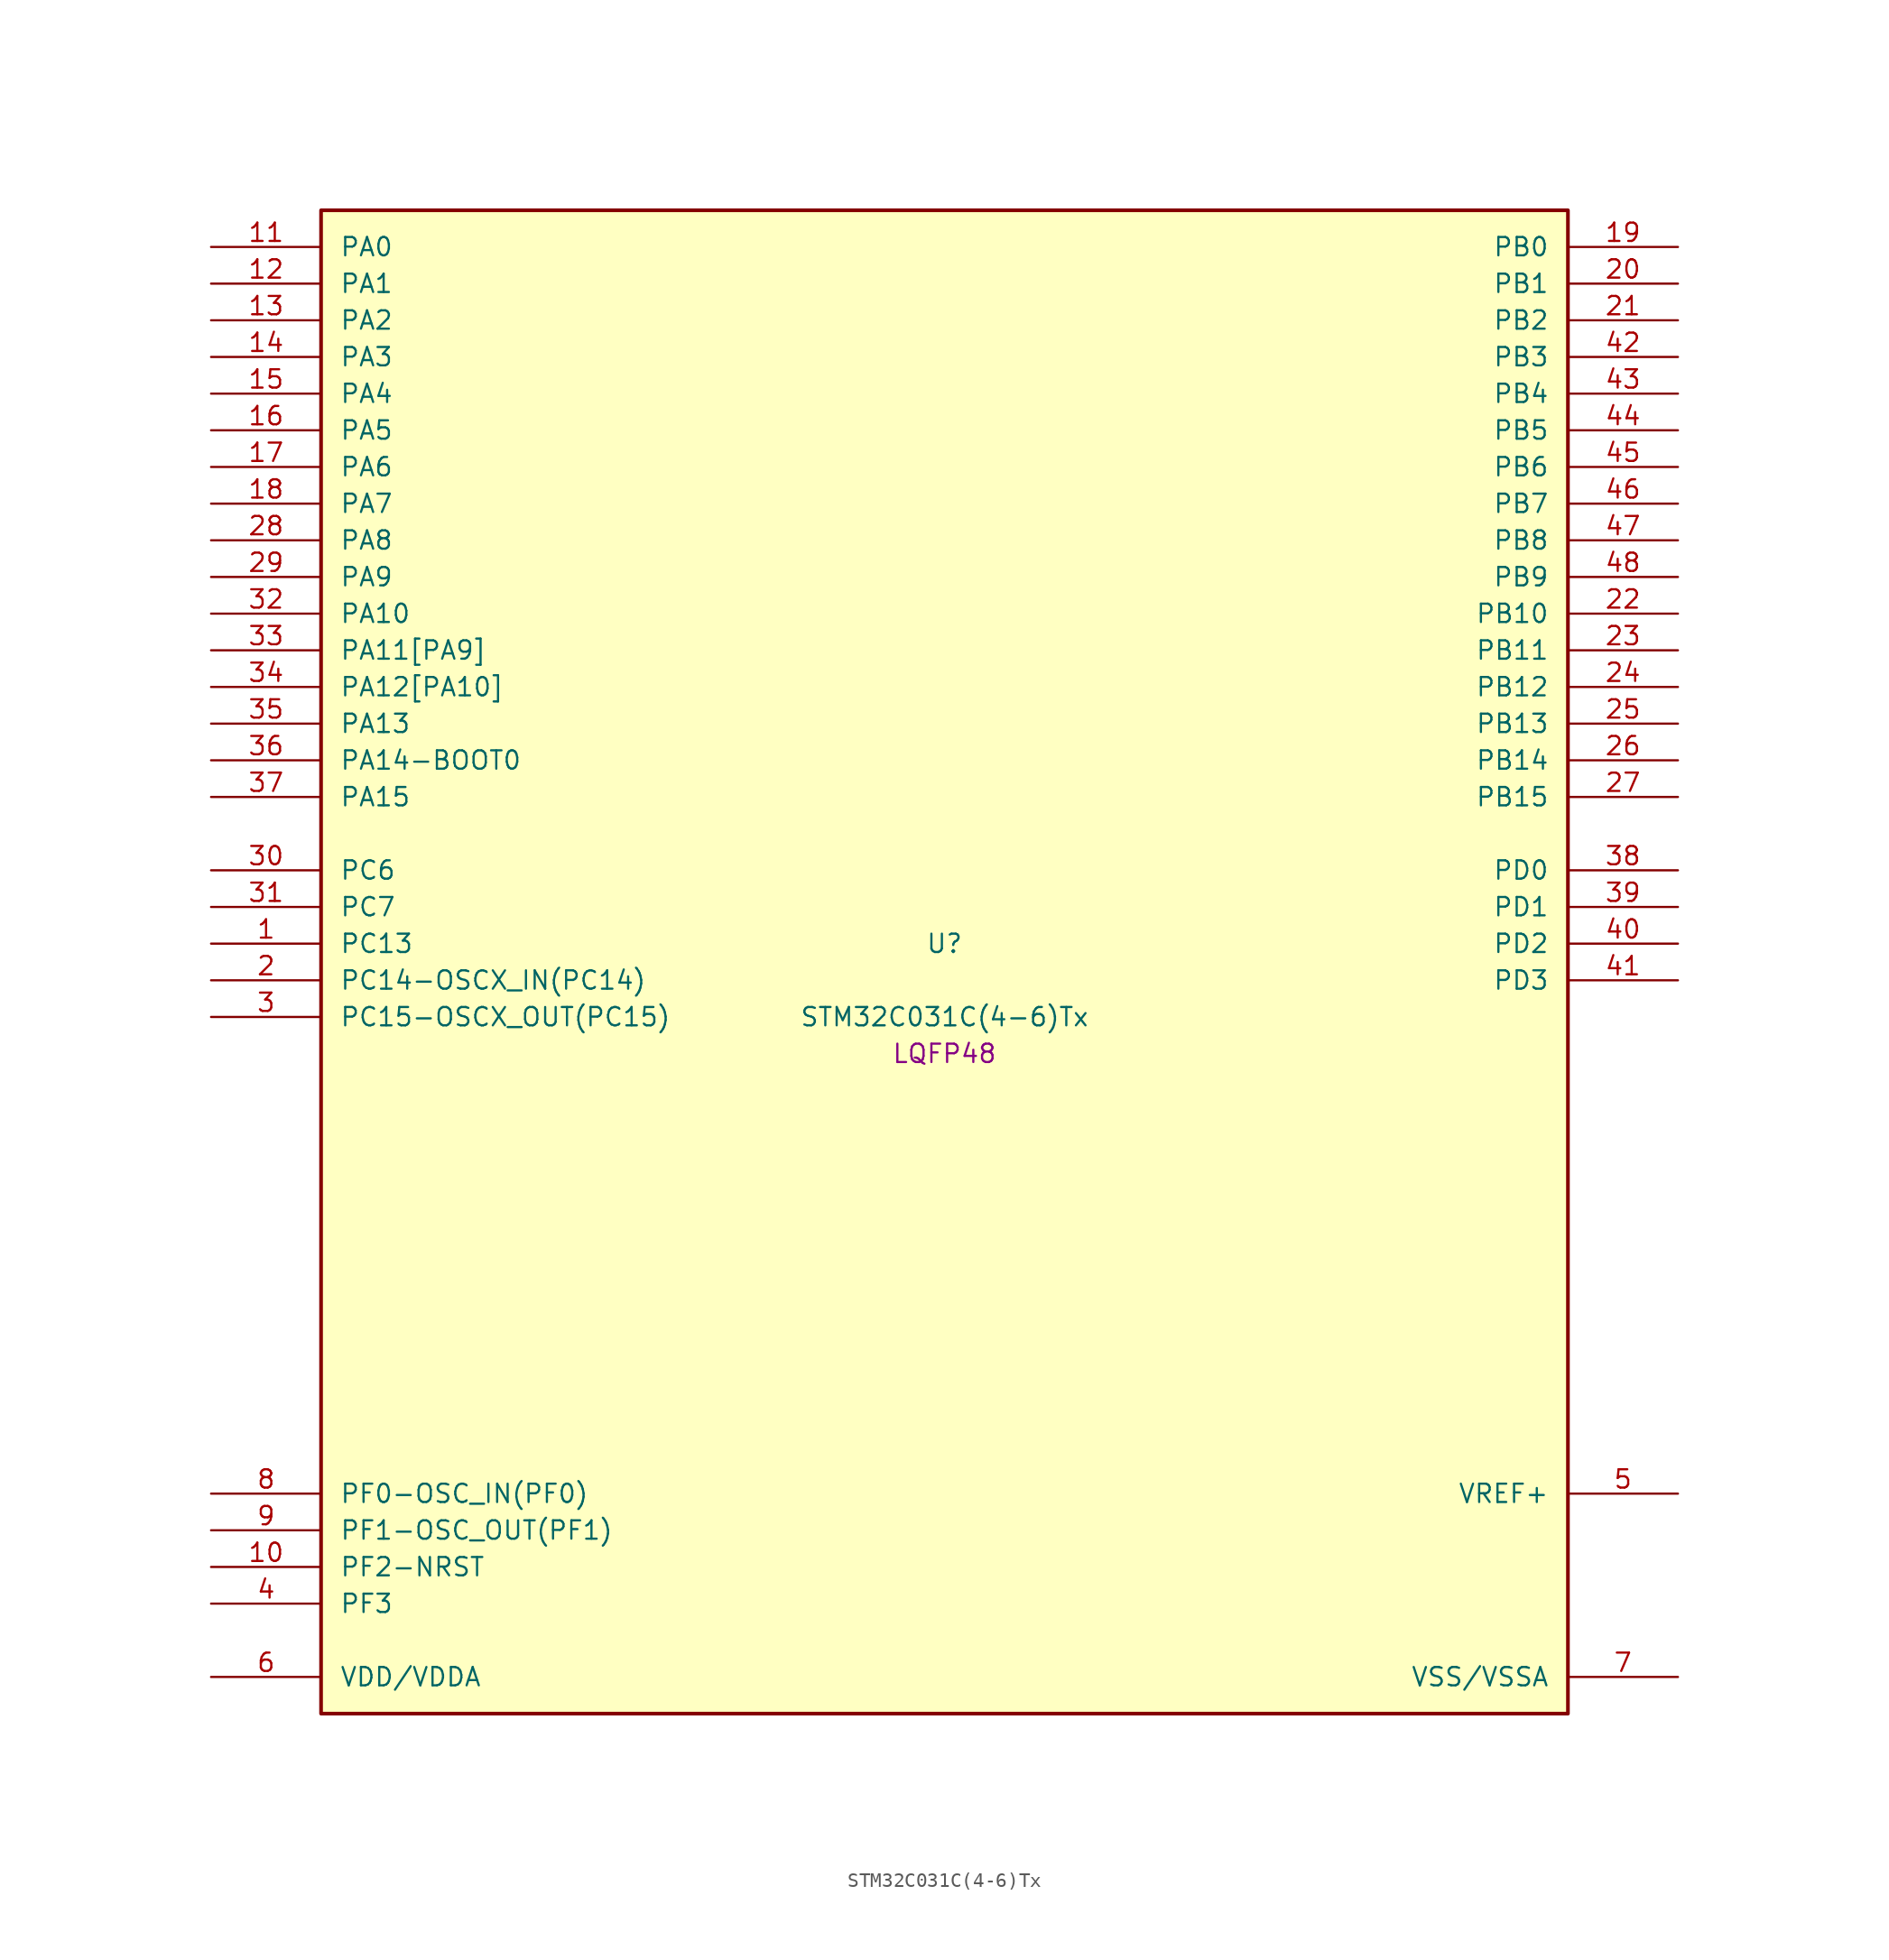
<source format=kicad_sym>
(kicad_symbol_lib
  (version 20241209)
  (generator "stm32_pkl_generator")
  (generator_version "1.0")
  (symbol "STM32C031C(4-6)Tx"
    (pin_names
      (offset 1.27))
    (property "Reference" "U"
      (at 0 2.54 0))
    (property "Value" "STM32C031C(4-6)Tx"
      (at 0 -2.54 0))
    (property "Footprint" "LQFP48"
      (at 0 -5.08 0))
    (symbol "STM32C031C(4-6)Tx_1_1"
      (rectangle (start -43.18 53.34) (end 43.18 -50.8) (stroke (width 0.254) (type solid)) (fill (type background)))
      (pin bidirectional line (at -50.8 50.8 0) (length 7.62) (name "PA0") (number "11") (alternate "PA0/ADC1_IN0" bidirectional line) (alternate "PA0/PWR_WKUP1" bidirectional line) (alternate "PA0/TIM16_CH1" bidirectional line) (alternate "PA0/TIM1_CH1" bidirectional line) (alternate "PA0/USART1_TX" bidirectional line) (alternate "PA0/USART2_CTS" bidirectional line) (alternate "PA0/USART2_NSS" bidirectional line))
      (pin bidirectional line (at -50.8 48.26 0) (length 7.62) (name "PA1") (number "12") (alternate "PA1/ADC1_IN1" bidirectional line) (alternate "PA1/I2C1_SMBA" bidirectional line) (alternate "PA1/I2S1_CK" bidirectional line) (alternate "PA1/SPI1_SCK" bidirectional line) (alternate "PA1/TIM17_CH1" bidirectional line) (alternate "PA1/TIM1_CH2" bidirectional line) (alternate "PA1/USART1_RX" bidirectional line) (alternate "PA1/USART2_CK" bidirectional line) (alternate "PA1/USART2_DE" bidirectional line) (alternate "PA1/USART2_RTS" bidirectional line))
      (pin bidirectional line (at -50.8 45.72 0) (length 7.62) (name "PA2") (number "13") (alternate "PA2/ADC1_IN2" bidirectional line) (alternate "PA2/I2S1_SD" bidirectional line) (alternate "PA2/PWR_WKUP4" bidirectional line) (alternate "PA2/RCC_LSCO" bidirectional line) (alternate "PA2/SPI1_MOSI" bidirectional line) (alternate "PA2/TIM16_CH1N" bidirectional line) (alternate "PA2/TIM1_CH3" bidirectional line) (alternate "PA2/TIM3_ETR" bidirectional line) (alternate "PA2/USART2_TX" bidirectional line))
      (pin bidirectional line (at -50.8 43.18 0) (length 7.62) (name "PA3") (number "14") (alternate "PA3/ADC1_IN3" bidirectional line) (alternate "PA3/TIM1_CH1N" bidirectional line) (alternate "PA3/TIM1_CH4" bidirectional line) (alternate "PA3/USART2_RX" bidirectional line))
      (pin bidirectional line (at -50.8 40.64 0) (length 7.62) (name "PA4") (number "15") (alternate "PA4/ADC1_IN4" bidirectional line) (alternate "PA4/I2S1_WS" bidirectional line) (alternate "PA4/RTC_OUT2" bidirectional line) (alternate "PA4/SPI1_NSS" bidirectional line) (alternate "PA4/TIM14_CH1" bidirectional line) (alternate "PA4/TIM17_CH1N" bidirectional line) (alternate "PA4/TIM1_CH2N" bidirectional line) (alternate "PA4/USART2_TX" bidirectional line))
      (pin bidirectional line (at -50.8 38.1 0) (length 7.62) (name "PA5") (number "16") (alternate "PA5/ADC1_IN5" bidirectional line) (alternate "PA5/I2S1_CK" bidirectional line) (alternate "PA5/SPI1_SCK" bidirectional line) (alternate "PA5/TIM1_CH1" bidirectional line) (alternate "PA5/TIM1_CH3N" bidirectional line) (alternate "PA5/USART2_RX" bidirectional line))
      (pin bidirectional line (at -50.8 35.56 0) (length 7.62) (name "PA6") (number "17") (alternate "PA6/ADC1_IN6" bidirectional line) (alternate "PA6/I2S1_MCK" bidirectional line) (alternate "PA6/SPI1_MISO" bidirectional line) (alternate "PA6/TIM16_CH1" bidirectional line) (alternate "PA6/TIM1_BKIN" bidirectional line) (alternate "PA6/TIM3_CH1" bidirectional line))
      (pin bidirectional line (at -50.8 33.02 0) (length 7.62) (name "PA7") (number "18") (alternate "PA7/ADC1_IN7" bidirectional line) (alternate "PA7/I2S1_SD" bidirectional line) (alternate "PA7/SPI1_MOSI" bidirectional line) (alternate "PA7/TIM14_CH1" bidirectional line) (alternate "PA7/TIM17_CH1" bidirectional line) (alternate "PA7/TIM1_CH1N" bidirectional line) (alternate "PA7/TIM3_CH2" bidirectional line))
      (pin bidirectional line (at -50.8 30.48 0) (length 7.62) (name "PA8") (number "28") (alternate "PA8/ADC1_IN8" bidirectional line) (alternate "PA8/I2S1_WS" bidirectional line) (alternate "PA8/RCC_MCO" bidirectional line) (alternate "PA8/RCC_MCO_2" bidirectional line) (alternate "PA8/SPI1_NSS" bidirectional line) (alternate "PA8/TIM14_CH1" bidirectional line) (alternate "PA8/TIM1_CH1" bidirectional line) (alternate "PA8/TIM1_CH2N" bidirectional line) (alternate "PA8/TIM1_CH3N" bidirectional line) (alternate "PA8/TIM3_CH3" bidirectional line) (alternate "PA8/TIM3_CH4" bidirectional line) (alternate "PA8/USART1_RX" bidirectional line) (alternate "PA8/USART2_TX" bidirectional line))
      (pin bidirectional line (at -50.8 27.94 0) (length 7.62) (name "PA9") (number "29") (alternate "PA9/I2C1_SCL" bidirectional line) (alternate "PA9/RCC_MCO" bidirectional line) (alternate "PA9/TIM1_CH2" bidirectional line) (alternate "PA9/TIM3_ETR" bidirectional line) (alternate "PA9/USART1_TX" bidirectional line) (alternate "PA9/NC" bidirectional line))
      (pin bidirectional line (at -50.8 25.4 0) (length 7.62) (name "PA10") (number "32") (alternate "PA10/I2C1_SDA" bidirectional line) (alternate "PA10/RCC_MCO_2" bidirectional line) (alternate "PA10/TIM17_BKIN" bidirectional line) (alternate "PA10/TIM1_CH3" bidirectional line) (alternate "PA10/USART1_RX" bidirectional line) (alternate "PA10/NC" bidirectional line))
      (pin bidirectional line (at -50.8 22.86 0) (length 7.62) (name "PA11[PA9]") (number "33") (alternate "PA11[PA9]/ADC1_EXTI11" bidirectional line) (alternate "PA11[PA9]/ADC1_IN11" bidirectional line) (alternate "PA11[PA9]/I2S1_MCK" bidirectional line) (alternate "PA11[PA9]/SPI1_MISO" bidirectional line) (alternate "PA11[PA9]/TIM1_BKIN2" bidirectional line) (alternate "PA11[PA9]/TIM1_CH4" bidirectional line) (alternate "PA11[PA9]/USART1_CTS" bidirectional line) (alternate "PA11[PA9]/USART1_NSS" bidirectional line) (alternate "PA11[PA9]/PA9[PA11]" bidirectional line) (alternate "PA11[PA9]/I2C1_SCL" bidirectional line) (alternate "PA11[PA9]/RCC_MCO" bidirectional line) (alternate "PA11[PA9]/TIM1_CH2" bidirectional line) (alternate "PA11[PA9]/TIM3_ETR" bidirectional line) (alternate "PA11[PA9]/USART1_TX" bidirectional line))
      (pin bidirectional line (at -50.8 20.32 0) (length 7.62) (name "PA12[PA10]") (number "34") (alternate "PA12[PA10]/ADC1_IN12" bidirectional line) (alternate "PA12[PA10]/I2S1_SD" bidirectional line) (alternate "PA12[PA10]/I2S_CKIN" bidirectional line) (alternate "PA12[PA10]/SPI1_MOSI" bidirectional line) (alternate "PA12[PA10]/TIM1_ETR" bidirectional line) (alternate "PA12[PA10]/USART1_CK" bidirectional line) (alternate "PA12[PA10]/USART1_DE" bidirectional line) (alternate "PA12[PA10]/USART1_RTS" bidirectional line) (alternate "PA12[PA10]/PA10[PA12]" bidirectional line) (alternate "PA12[PA10]/I2C1_SDA" bidirectional line) (alternate "PA12[PA10]/RCC_MCO_2" bidirectional line) (alternate "PA12[PA10]/TIM17_BKIN" bidirectional line) (alternate "PA12[PA10]/TIM1_CH3" bidirectional line) (alternate "PA12[PA10]/USART1_RX" bidirectional line))
      (pin bidirectional line (at -50.8 17.78 0) (length 7.62) (name "PA13") (number "35") (alternate "PA13/ADC1_IN13" bidirectional line) (alternate "PA13/DEBUG_SWDIO" bidirectional line) (alternate "PA13/IR_OUT" bidirectional line) (alternate "PA13/TIM3_ETR" bidirectional line) (alternate "PA13/USART2_RX" bidirectional line))
      (pin bidirectional line (at -50.8 15.24 0) (length 7.62) (name "PA14-BOOT0") (number "36") (alternate "PA14-BOOT0/ADC1_IN14" bidirectional line) (alternate "PA14-BOOT0/DEBUG_SWCLK" bidirectional line) (alternate "PA14-BOOT0/I2S1_WS" bidirectional line) (alternate "PA14-BOOT0/RCC_MCO_2" bidirectional line) (alternate "PA14-BOOT0/SPI1_NSS" bidirectional line) (alternate "PA14-BOOT0/TIM1_CH1" bidirectional line) (alternate "PA14-BOOT0/USART1_CK" bidirectional line) (alternate "PA14-BOOT0/USART1_DE" bidirectional line) (alternate "PA14-BOOT0/USART1_RTS" bidirectional line) (alternate "PA14-BOOT0/USART2_RX" bidirectional line) (alternate "PA14-BOOT0/USART2_TX" bidirectional line))
      (pin bidirectional line (at -50.8 12.7 0) (length 7.62) (name "PA15") (number "37") (alternate "PA15/I2S1_WS" bidirectional line) (alternate "PA15/RCC_MCO_2" bidirectional line) (alternate "PA15/SPI1_NSS" bidirectional line) (alternate "PA15/TIM1_CH1" bidirectional line) (alternate "PA15/USART1_CK" bidirectional line) (alternate "PA15/USART1_DE" bidirectional line) (alternate "PA15/USART1_RTS" bidirectional line) (alternate "PA15/USART2_RX" bidirectional line))
      (pin bidirectional line (at 50.8 50.8 180) (length 7.62) (name "PB0") (number "19") (alternate "PB0/ADC1_IN17" bidirectional line) (alternate "PB0/I2S1_WS" bidirectional line) (alternate "PB0/SPI1_NSS" bidirectional line) (alternate "PB0/TIM1_CH2N" bidirectional line) (alternate "PB0/TIM3_CH3" bidirectional line))
      (pin bidirectional line (at 50.8 48.26 180) (length 7.62) (name "PB1") (number "20") (alternate "PB1/ADC1_IN18" bidirectional line) (alternate "PB1/TIM14_CH1" bidirectional line) (alternate "PB1/TIM1_CH2N" bidirectional line) (alternate "PB1/TIM1_CH3N" bidirectional line) (alternate "PB1/TIM3_CH4" bidirectional line))
      (pin bidirectional line (at 50.8 45.72 180) (length 7.62) (name "PB2") (number "21") (alternate "PB2/ADC1_IN19" bidirectional line) (alternate "PB2/RCC_MCO_2" bidirectional line) (alternate "PB2/USART1_RX" bidirectional line))
      (pin bidirectional line (at 50.8 43.18 180) (length 7.62) (name "PB3") (number "42") (alternate "PB3/I2S1_CK" bidirectional line) (alternate "PB3/SPI1_SCK" bidirectional line) (alternate "PB3/TIM1_CH2" bidirectional line) (alternate "PB3/TIM3_CH2" bidirectional line) (alternate "PB3/USART1_CK" bidirectional line) (alternate "PB3/USART1_DE" bidirectional line) (alternate "PB3/USART1_RTS" bidirectional line))
      (pin bidirectional line (at 50.8 40.64 180) (length 7.62) (name "PB4") (number "43") (alternate "PB4/I2S1_MCK" bidirectional line) (alternate "PB4/SPI1_MISO" bidirectional line) (alternate "PB4/TIM17_BKIN" bidirectional line) (alternate "PB4/TIM3_CH1" bidirectional line) (alternate "PB4/USART1_CTS" bidirectional line) (alternate "PB4/USART1_NSS" bidirectional line))
      (pin bidirectional line (at 50.8 38.1 180) (length 7.62) (name "PB5") (number "44") (alternate "PB5/I2C1_SMBA" bidirectional line) (alternate "PB5/I2S1_SD" bidirectional line) (alternate "PB5/PWR_WKUP6" bidirectional line) (alternate "PB5/SPI1_MOSI" bidirectional line) (alternate "PB5/TIM16_BKIN" bidirectional line) (alternate "PB5/TIM3_CH2" bidirectional line) (alternate "PB5/TIM3_CH3" bidirectional line))
      (pin bidirectional line (at 50.8 35.56 180) (length 7.62) (name "PB6") (number "45") (alternate "PB6/I2C1_SCL" bidirectional line) (alternate "PB6/I2C1_SMBA" bidirectional line) (alternate "PB6/I2S1_CK" bidirectional line) (alternate "PB6/I2S1_MCK" bidirectional line) (alternate "PB6/I2S1_SD" bidirectional line) (alternate "PB6/PWR_WKUP3" bidirectional line) (alternate "PB6/SPI1_MISO" bidirectional line) (alternate "PB6/SPI1_MOSI" bidirectional line) (alternate "PB6/SPI1_SCK" bidirectional line) (alternate "PB6/TIM16_BKIN" bidirectional line) (alternate "PB6/TIM16_CH1N" bidirectional line) (alternate "PB6/TIM17_BKIN" bidirectional line) (alternate "PB6/TIM1_CH2" bidirectional line) (alternate "PB6/TIM1_CH3" bidirectional line) (alternate "PB6/TIM3_CH1" bidirectional line) (alternate "PB6/TIM3_CH2" bidirectional line) (alternate "PB6/TIM3_CH3" bidirectional line) (alternate "PB6/USART1_CK" bidirectional line) (alternate "PB6/USART1_CTS" bidirectional line) (alternate "PB6/USART1_DE" bidirectional line) (alternate "PB6/USART1_NSS" bidirectional line) (alternate "PB6/USART1_RTS" bidirectional line) (alternate "PB6/USART1_TX" bidirectional line))
      (pin bidirectional line (at 50.8 33.02 180) (length 7.62) (name "PB7") (number "46") (alternate "PB7/I2C1_SCL" bidirectional line) (alternate "PB7/I2C1_SDA" bidirectional line) (alternate "PB7/TIM16_CH1" bidirectional line) (alternate "PB7/TIM17_CH1N" bidirectional line) (alternate "PB7/TIM1_CH4" bidirectional line) (alternate "PB7/TIM3_CH1" bidirectional line) (alternate "PB7/TIM3_CH4" bidirectional line) (alternate "PB7/USART1_RX" bidirectional line) (alternate "PB7/USART2_CTS" bidirectional line) (alternate "PB7/USART2_NSS" bidirectional line))
      (pin bidirectional line (at 50.8 30.48 180) (length 7.62) (name "PB8") (number "47") (alternate "PB8/I2C1_SCL" bidirectional line) (alternate "PB8/TIM16_CH1" bidirectional line) (alternate "PB8/TIM3_CH1" bidirectional line) (alternate "PB8/USART2_CTS" bidirectional line) (alternate "PB8/USART2_NSS" bidirectional line))
      (pin bidirectional line (at 50.8 27.94 180) (length 7.62) (name "PB9") (number "48") (alternate "PB9/I2C1_SDA" bidirectional line) (alternate "PB9/IR_OUT" bidirectional line) (alternate "PB9/TIM17_CH1" bidirectional line) (alternate "PB9/TIM3_CH2" bidirectional line) (alternate "PB9/USART2_CK" bidirectional line) (alternate "PB9/USART2_DE" bidirectional line) (alternate "PB9/USART2_RTS" bidirectional line))
      (pin bidirectional line (at 50.8 25.4 180) (length 7.62) (name "PB10") (number "22") (alternate "PB10/ADC1_IN20" bidirectional line))
      (pin bidirectional line (at 50.8 22.86 180) (length 7.62) (name "PB11") (number "23") (alternate "PB11/ADC1_EXTI11" bidirectional line) (alternate "PB11/ADC1_IN21" bidirectional line))
      (pin bidirectional line (at 50.8 20.32 180) (length 7.62) (name "PB12") (number "24") (alternate "PB12/ADC1_IN22" bidirectional line) (alternate "PB12/TIM1_BKIN" bidirectional line) (alternate "PB12/TIM1_BKIN2" bidirectional line))
      (pin bidirectional line (at 50.8 17.78 180) (length 7.62) (name "PB13") (number "25") (alternate "PB13/TIM1_CH1N" bidirectional line))
      (pin bidirectional line (at 50.8 15.24 180) (length 7.62) (name "PB14") (number "26") (alternate "PB14/TIM1_CH2N" bidirectional line))
      (pin bidirectional line (at 50.8 12.7 180) (length 7.62) (name "PB15") (number "27") (alternate "PB15/RTC_REFIN" bidirectional line) (alternate "PB15/TIM1_CH3N" bidirectional line))
      (pin bidirectional line (at -50.8 7.62 0) (length 7.62) (name "PC6") (number "30") (alternate "PC6/TIM3_CH1" bidirectional line))
      (pin bidirectional line (at -50.8 5.08 0) (length 7.62) (name "PC7") (number "31") (alternate "PC7/TIM3_CH2" bidirectional line))
      (pin bidirectional line (at -50.8 2.54 0) (length 7.62) (name "PC13") (number "1") (alternate "PC13/PWR_WKUP2" bidirectional line) (alternate "PC13/RTC_OUT1" bidirectional line) (alternate "PC13/RTC_TS" bidirectional line) (alternate "PC13/TIM1_BKIN" bidirectional line) (alternate "PC13/TIM1_ETR" bidirectional line))
      (pin bidirectional line (at -50.8 0 0) (length 7.62) (name "PC14-OSCX_IN(PC14)") (number "2") (alternate "PC14-OSCX_IN(PC14)/I2C1_SDA" bidirectional line) (alternate "PC14-OSCX_IN(PC14)/IR_OUT" bidirectional line) (alternate "PC14-OSCX_IN(PC14)/RCC_OSCX_IN" bidirectional line) (alternate "PC14-OSCX_IN(PC14)/TIM17_CH1" bidirectional line) (alternate "PC14-OSCX_IN(PC14)/TIM1_BKIN2" bidirectional line) (alternate "PC14-OSCX_IN(PC14)/TIM1_ETR" bidirectional line) (alternate "PC14-OSCX_IN(PC14)/TIM3_CH2" bidirectional line) (alternate "PC14-OSCX_IN(PC14)/USART1_TX" bidirectional line) (alternate "PC14-OSCX_IN(PC14)/USART2_CK" bidirectional line) (alternate "PC14-OSCX_IN(PC14)/USART2_DE" bidirectional line) (alternate "PC14-OSCX_IN(PC14)/USART2_RTS" bidirectional line))
      (pin bidirectional line (at -50.8 -2.54 0) (length 7.62) (name "PC15-OSCX_OUT(PC15)") (number "3") (alternate "PC15-OSCX_OUT(PC15)/RCC_OSC32_EN" bidirectional line) (alternate "PC15-OSCX_OUT(PC15)/RCC_OSCX_OUT" bidirectional line) (alternate "PC15-OSCX_OUT(PC15)/RCC_OSC_EN" bidirectional line) (alternate "PC15-OSCX_OUT(PC15)/TIM1_ETR" bidirectional line) (alternate "PC15-OSCX_OUT(PC15)/TIM3_CH3" bidirectional line))
      (pin bidirectional line (at 50.8 7.62 180) (length 7.62) (name "PD0") (number "38") (alternate "PD0/TIM16_CH1" bidirectional line))
      (pin bidirectional line (at 50.8 5.08 180) (length 7.62) (name "PD1") (number "39") (alternate "PD1/TIM17_CH1" bidirectional line))
      (pin bidirectional line (at 50.8 2.54 180) (length 7.62) (name "PD2") (number "40") (alternate "PD2/TIM1_CH1N" bidirectional line) (alternate "PD2/TIM3_ETR" bidirectional line))
      (pin bidirectional line (at 50.8 0 180) (length 7.62) (name "PD3") (number "41") (alternate "PD3/TIM1_CH2N" bidirectional line) (alternate "PD3/USART2_CTS" bidirectional line) (alternate "PD3/USART2_NSS" bidirectional line))
      (pin bidirectional line (at -50.8 -35.56 0) (length 7.62) (name "PF0-OSC_IN(PF0)") (number "8") (alternate "PF0-OSC_IN(PF0)/RCC_OSC_IN" bidirectional line) (alternate "PF0-OSC_IN(PF0)/TIM14_CH1" bidirectional line))
      (pin bidirectional line (at -50.8 -38.1 0) (length 7.62) (name "PF1-OSC_OUT(PF1)") (number "9") (alternate "PF1-OSC_OUT(PF1)/RCC_OSC_EN" bidirectional line) (alternate "PF1-OSC_OUT(PF1)/RCC_OSC_OUT" bidirectional line))
      (pin bidirectional line (at -50.8 -40.64 0) (length 7.62) (name "PF2-NRST") (number "10") (alternate "PF2-NRST/RCC_MCO" bidirectional line) (alternate "PF2-NRST/TIM1_CH4" bidirectional line))
      (pin bidirectional line (at -50.8 -43.18 0) (length 7.62) (name "PF3") (number "4"))
      (pin bidirectional line (at 50.8 -35.56 180) (length 7.62) (name "VREF+") (number "5"))
      (pin power_in line (at -50.8 -48.26 0) (length 7.62) (name "VDD/VDDA") (number "6"))
      (pin power_in line (at 50.8 -48.26 180) (length 7.62) (name "VSS/VSSA") (number "7")))))
</source>
